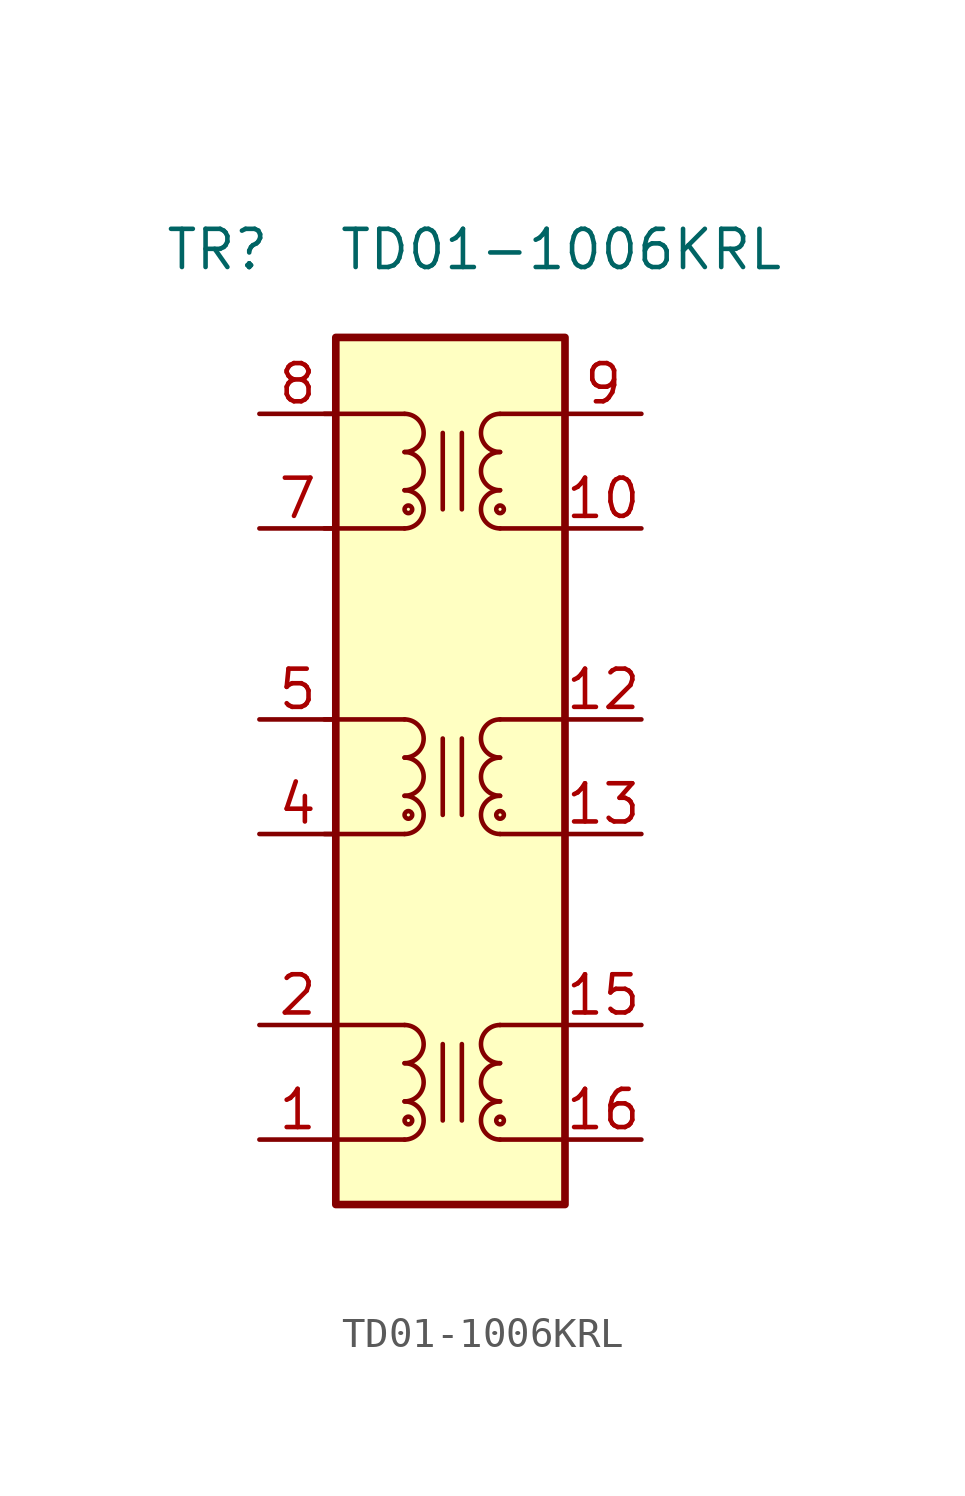
<source format=kicad_sym>
(kicad_symbol_lib
  (version 20231120)
  (generator "kicad_symbol_editor")
  (generator_version "8.0")
  (symbol "TD01-1006KRL"
    (pin_names hide)
    (property "Reference" "TR"
      (at -7.747 16.891 0)
      (effects (font (size 1.27 1.27))))
    (property "Value" "TD01-1006KRL"
      (at 3.683 16.891 0)
      (effects (font (size 1.27 1.27))))
    (symbol "TD01-1006KRL_0_1"
      (rectangle (start -3.81 13.97) (end 3.81 -14.859) (stroke (width 0.254) (type default)) (fill (type background))))
    (symbol "TD01-1006KRL_1_1"
      (arc (start -1.524 -12.7) (mid -0.892 -12.065) (end -1.524 -11.43) (stroke (width 0) (type default)) (fill (type none)))
      (arc (start -1.524 -11.43) (mid -0.892 -10.795) (end -1.524 -10.16) (stroke (width 0) (type default)) (fill (type none)))
      (arc (start -1.524 -10.16) (mid -0.892 -9.525) (end -1.524 -8.89) (stroke (width 0) (type default)) (fill (type none)))
      (arc (start -1.524 -2.54) (mid -0.892 -1.905) (end -1.524 -1.27) (stroke (width 0) (type default)) (fill (type none)))
      (arc (start -1.524 -1.27) (mid -0.892 -0.635) (end -1.524 0) (stroke (width 0) (type default)) (fill (type none)))
      (arc (start -1.524 0) (mid -0.892 0.635) (end -1.524 1.27) (stroke (width 0) (type default)) (fill (type none)))
      (arc (start -1.524 7.62) (mid -0.892 8.255) (end -1.524 8.89) (stroke (width 0) (type default)) (fill (type none)))
      (arc (start -1.524 8.89) (mid -0.892 9.525) (end -1.524 10.16) (stroke (width 0) (type default)) (fill (type none)))
      (arc (start -1.524 10.16) (mid -0.892 10.795) (end -1.524 11.43) (stroke (width 0) (type default)) (fill (type none)))
      (circle (center -1.397 -12.065) (radius 0.127) (stroke (width 0) (type default)) (fill (type none)))
      (circle (center -1.397 -1.905) (radius 0.127) (stroke (width 0) (type default)) (fill (type none)))
      (circle (center -1.397 8.255) (radius 0.127) (stroke (width 0) (type default)) (fill (type none)))
      (polyline (pts (xy -4.191 -2.54) (xy -1.524 -2.54)) (stroke (width 0) (type default)) (fill (type none)))
      (polyline (pts (xy -4.191 1.27) (xy -1.524 1.27)) (stroke (width 0) (type default)) (fill (type none)))
      (polyline (pts (xy -4.191 7.62) (xy -1.524 7.62)) (stroke (width 0) (type default)) (fill (type none)))
      (polyline (pts (xy -4.191 11.43) (xy -1.524 11.43)) (stroke (width 0) (type default)) (fill (type none)))
      (polyline (pts (xy -3.81 -12.7) (xy -1.524 -12.7)) (stroke (width 0) (type default)) (fill (type none)))
      (polyline (pts (xy -3.81 -8.89) (xy -1.524 -8.89)) (stroke (width 0) (type default)) (fill (type none)))
      (polyline (pts (xy -0.254 -9.525) (xy -0.254 -12.065)) (stroke (width 0) (type default)) (fill (type none)))
      (polyline (pts (xy -0.254 0.635) (xy -0.254 -1.905)) (stroke (width 0) (type default)) (fill (type none)))
      (polyline (pts (xy -0.254 10.795) (xy -0.254 8.255)) (stroke (width 0) (type default)) (fill (type none)))
      (polyline (pts (xy 0.381 -9.525) (xy 0.381 -12.065)) (stroke (width 0) (type default)) (fill (type none)))
      (polyline (pts (xy 0.381 0.635) (xy 0.381 -1.905)) (stroke (width 0) (type default)) (fill (type none)))
      (polyline (pts (xy 0.381 10.795) (xy 0.381 8.255)) (stroke (width 0) (type default)) (fill (type none)))
      (polyline (pts (xy 3.81 -12.7) (xy 1.651 -12.7)) (stroke (width 0) (type default)) (fill (type none)))
      (polyline (pts (xy 3.81 -8.89) (xy 1.651 -8.89)) (stroke (width 0) (type default)) (fill (type none)))
      (polyline (pts (xy 3.81 -2.54) (xy 1.651 -2.54)) (stroke (width 0) (type default)) (fill (type none)))
      (polyline (pts (xy 3.81 1.27) (xy 1.651 1.27)) (stroke (width 0) (type default)) (fill (type none)))
      (polyline (pts (xy 3.81 7.62) (xy 1.651 7.62)) (stroke (width 0) (type default)) (fill (type none)))
      (polyline (pts (xy 3.81 11.43) (xy 1.651 11.43)) (stroke (width 0) (type default)) (fill (type none)))
      (circle (center 1.651 -12.065) (radius 0.127) (stroke (width 0) (type default)) (fill (type none)))
      (arc (start 1.651 -11.43) (mid 1.019 -12.065) (end 1.651 -12.7) (stroke (width 0) (type default)) (fill (type none)))
      (arc (start 1.651 -10.16) (mid 1.019 -10.795) (end 1.651 -11.43) (stroke (width 0) (type default)) (fill (type none)))
      (arc (start 1.651 -8.89) (mid 1.019 -9.525) (end 1.651 -10.16) (stroke (width 0) (type default)) (fill (type none)))
      (circle (center 1.651 -1.905) (radius 0.127) (stroke (width 0) (type default)) (fill (type none)))
      (arc (start 1.651 -1.27) (mid 1.019 -1.905) (end 1.651 -2.54) (stroke (width 0) (type default)) (fill (type none)))
      (arc (start 1.651 0) (mid 1.019 -0.635) (end 1.651 -1.27) (stroke (width 0) (type default)) (fill (type none)))
      (arc (start 1.651 1.27) (mid 1.019 0.635) (end 1.651 0) (stroke (width 0) (type default)) (fill (type none)))
      (circle (center 1.651 8.255) (radius 0.127) (stroke (width 0) (type default)) (fill (type none)))
      (arc (start 1.651 8.89) (mid 1.019 8.255) (end 1.651 7.62) (stroke (width 0) (type default)) (fill (type none)))
      (arc (start 1.651 10.16) (mid 1.019 9.525) (end 1.651 8.89) (stroke (width 0) (type default)) (fill (type none)))
      (arc (start 1.651 11.43) (mid 1.019 10.795) (end 1.651 10.16) (stroke (width 0) (type default)) (fill (type none)))
      (pin passive line (at -6.35 -12.7 0) (length 2.54) (name "MX1+" (effects (font (size 1.27 1.27)))) (number "1" (effects (font (size 1.27 1.27)))))
      (pin passive line (at 6.35 7.62 180) (length 2.54) (name "TD3+" (effects (font (size 1.27 1.27)))) (number "10" (effects (font (size 1.27 1.27)))))
      (pin no_connect line (at 6.35 5.08 180) (length 2.54) hide (name "NC" (effects (font (size 1.27 1.27)))) (number "11" (effects (font (size 1.27 1.27)))))
      (pin passive line (at 6.35 1.27 180) (length 2.54) (name "TD2-" (effects (font (size 1.27 1.27)))) (number "12" (effects (font (size 1.27 1.27)))))
      (pin passive line (at 6.35 -2.54 180) (length 2.54) (name "TD2+" (effects (font (size 1.27 1.27)))) (number "13" (effects (font (size 1.27 1.27)))))
      (pin no_connect line (at 6.35 -5.08 180) (length 2.54) hide (name "NC" (effects (font (size 1.27 1.27)))) (number "14" (effects (font (size 1.27 1.27)))))
      (pin passive line (at 6.35 -8.89 180) (length 2.54) (name "TD1-" (effects (font (size 1.27 1.27)))) (number "15" (effects (font (size 1.27 1.27)))))
      (pin passive line (at 6.35 -12.7 180) (length 2.54) (name "TD1+" (effects (font (size 1.27 1.27)))) (number "16" (effects (font (size 1.27 1.27)))))
      (pin passive line (at -6.35 -8.89 0) (length 2.54) (name "MX1-" (effects (font (size 1.27 1.27)))) (number "2" (effects (font (size 1.27 1.27)))))
      (pin no_connect line (at -6.35 -5.08 0) (length 2.54) hide (name "NC" (effects (font (size 1.27 1.27)))) (number "3" (effects (font (size 1.27 1.27)))))
      (pin passive line (at -6.35 -2.54 0) (length 2.54) (name "MX2+" (effects (font (size 1.27 1.27)))) (number "4" (effects (font (size 1.27 1.27)))))
      (pin passive line (at -6.35 1.27 0) (length 2.54) (name "MX2-" (effects (font (size 1.27 1.27)))) (number "5" (effects (font (size 1.27 1.27)))))
      (pin no_connect line (at -6.35 5.08 0) (length 2.54) hide (name "MCT4" (effects (font (size 1.27 1.27)))) (number "6" (effects (font (size 1.27 1.27)))))
      (pin passive line (at -6.35 7.62 0) (length 2.54) (name "MX3+" (effects (font (size 1.27 1.27)))) (number "7" (effects (font (size 1.27 1.27)))))
      (pin passive line (at -6.35 11.43 0) (length 2.54) (name "MX3-" (effects (font (size 1.27 1.27)))) (number "8" (effects (font (size 1.27 1.27)))))
      (pin passive line (at 6.35 11.43 180) (length 2.54) (name "TD3-" (effects (font (size 1.27 1.27)))) (number "9" (effects (font (size 1.27 1.27))))))))
</source>
